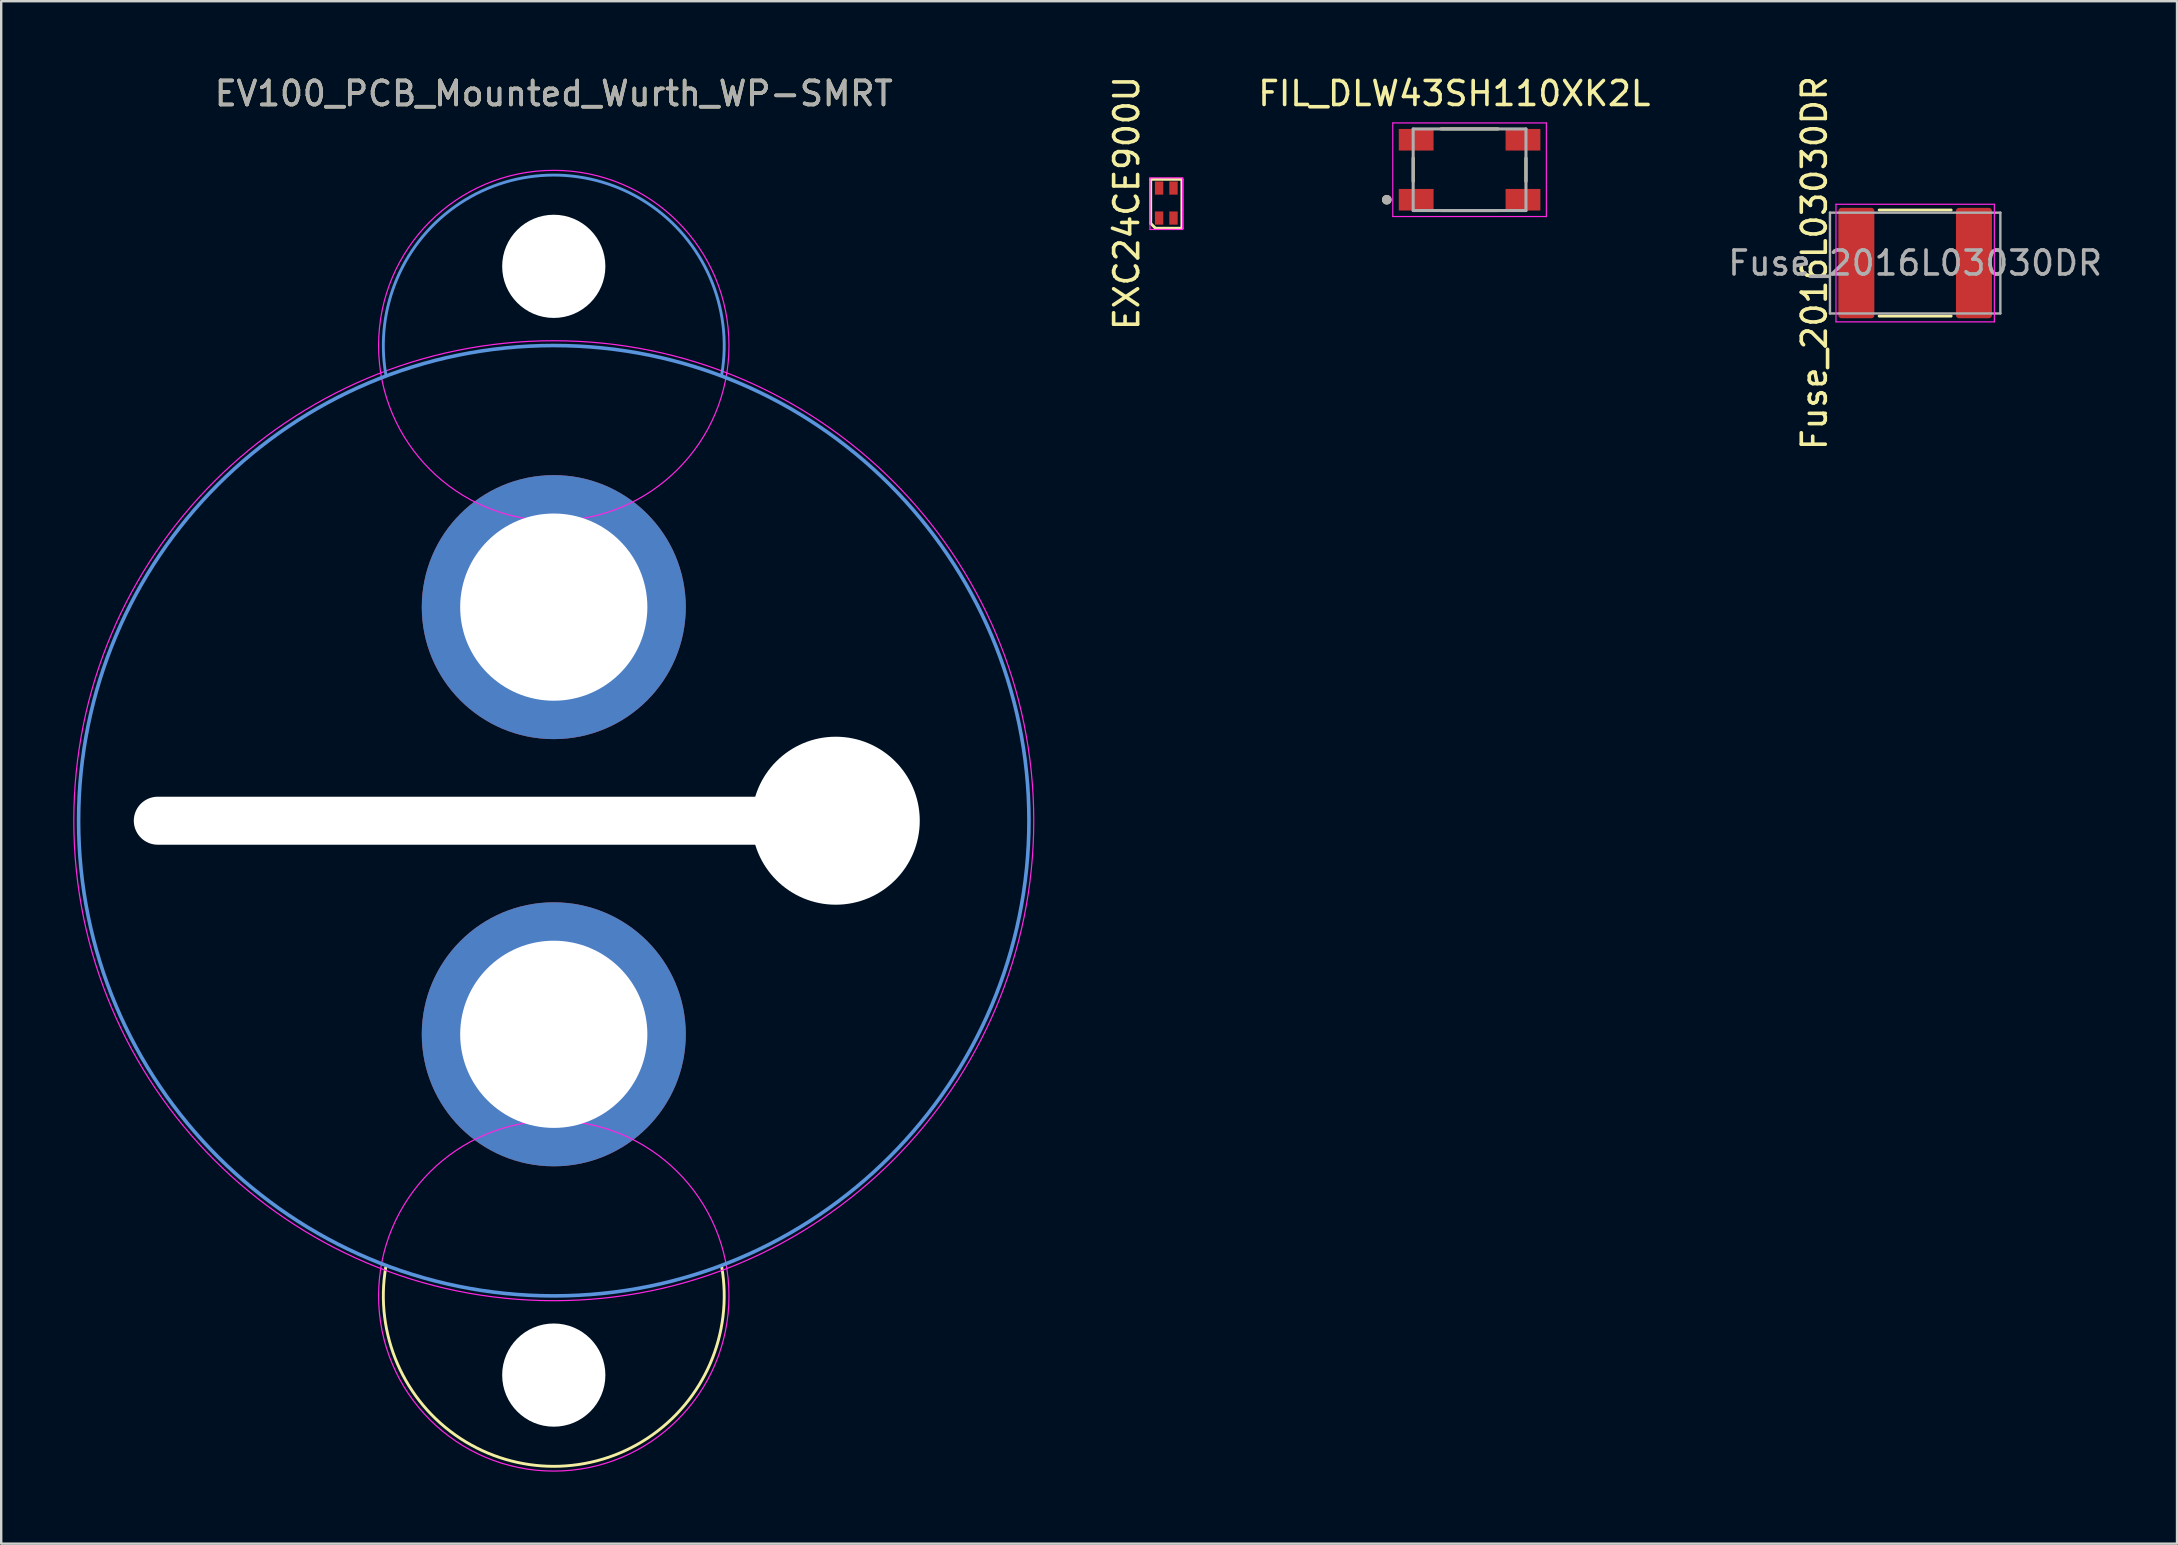
<source format=kicad_pcb>
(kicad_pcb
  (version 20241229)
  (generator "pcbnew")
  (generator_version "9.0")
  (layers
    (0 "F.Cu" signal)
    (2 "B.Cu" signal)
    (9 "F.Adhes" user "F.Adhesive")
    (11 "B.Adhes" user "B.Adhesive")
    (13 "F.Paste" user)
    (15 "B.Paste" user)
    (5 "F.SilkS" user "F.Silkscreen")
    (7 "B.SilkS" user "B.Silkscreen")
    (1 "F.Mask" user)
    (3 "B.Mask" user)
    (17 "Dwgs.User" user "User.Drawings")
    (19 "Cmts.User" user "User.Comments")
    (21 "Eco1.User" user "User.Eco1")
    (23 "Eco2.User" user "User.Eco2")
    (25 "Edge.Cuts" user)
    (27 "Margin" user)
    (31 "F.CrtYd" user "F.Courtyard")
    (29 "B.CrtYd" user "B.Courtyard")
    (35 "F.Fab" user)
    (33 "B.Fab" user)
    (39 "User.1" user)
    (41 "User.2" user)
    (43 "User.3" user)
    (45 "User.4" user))
  (footprint "FIL_DLW43SH110XK2L"
    (layer "F.Cu")
    (at 58.185 4.023)
    (property "Reference" "FIL_DLW43SH110XK2L" (at -0.635 -3.175 0) (layer "F.SilkS") (effects (font (size 1 1) (thickness 0.15))))
    (attr through_hole)
    (fp_line (start -2.35 -0.486) (end -2.35 0.486) (stroke (width 0.127) (type solid)) (layer "F.SilkS"))
    (fp_line (start -1.187 1.7) (end 1.187 1.7) (stroke (width 0.127) (type solid)) (layer "F.SilkS"))
    (fp_line (start 1.187 -1.7) (end -1.187 -1.7) (stroke (width 0.127) (type solid)) (layer "F.SilkS"))
    (fp_line (start 2.35 0.486) (end 2.35 -0.486) (stroke (width 0.127) (type solid)) (layer "F.SilkS"))
    (fp_circle (center -3.45 1.25) (end -3.35 1.25) (stroke (width 0.2) (type solid)) (fill no) (layer "F.SilkS"))
    (fp_line (start -3.2 -1.95) (end 3.2 -1.95) (stroke (width 0.05) (type solid)) (layer "F.CrtYd"))
    (fp_line (start -3.2 1.95) (end -3.2 -1.95) (stroke (width 0.05) (type solid)) (layer "F.CrtYd"))
    (fp_line (start 3.2 -1.95) (end 3.2 1.95) (stroke (width 0.05) (type solid)) (layer "F.CrtYd"))
    (fp_line (start 3.2 1.95) (end -3.2 1.95) (stroke (width 0.05) (type solid)) (layer "F.CrtYd"))
    (fp_line (start -2.35 -1.7) (end -2.35 1.7) (stroke (width 0.127) (type solid)) (layer "F.Fab"))
    (fp_line (start -2.35 1.7) (end 2.35 1.7) (stroke (width 0.127) (type solid)) (layer "F.Fab"))
    (fp_line (start 2.35 -1.7) (end -2.35 -1.7) (stroke (width 0.127) (type solid)) (layer "F.Fab"))
    (fp_line (start 2.35 1.7) (end 2.35 -1.7) (stroke (width 0.127) (type solid)) (layer "F.Fab"))
    (fp_circle (center -3.45 1.25) (end -3.35 1.25) (stroke (width 0.2) (type solid)) (fill no) (layer "F.Fab"))
    (pad "1" smd rect (at -2.225 1.25) (size 1.45 0.9) (layers "F.Cu" "F.Mask" "F.Paste"))
    (pad "2" smd rect (at 2.225 1.25) (size 1.45 0.9) (layers "F.Cu" "F.Mask" "F.Paste"))
    (pad "3" smd rect (at 2.225 -1.25) (size 1.45 0.9) (layers "F.Cu" "F.Mask" "F.Paste"))
    (pad "4" smd rect (at -2.225 -1.25) (size 1.45 0.9) (layers "F.Cu" "F.Mask" "F.Paste")))
  (footprint "Fuse_2016L03030DR"
    (layer "F.Cu")
    (at 76.752 7.911)
    (property "Reference" "Fuse_2016L03030DR" (at -4.2 0 270) (layer "F.SilkS") (effects (font (size 1 1) (thickness 0.15))))
    (attr smd)
    (fp_line (start -1.5 -2.21) (end 1.5 -2.21) (stroke (width 0.12) (type solid)) (layer "F.SilkS"))
    (fp_line (start -1.5 2.21) (end 1.5 2.21) (stroke (width 0.12) (type solid)) (layer "F.SilkS"))
    (fp_line (start -3.3 -2.45) (end 3.3 -2.45) (stroke (width 0.05) (type solid)) (layer "F.CrtYd"))
    (fp_line (start -3.3 2.45) (end -3.3 -2.45) (stroke (width 0.05) (type solid)) (layer "F.CrtYd"))
    (fp_line (start 3.3 -2.45) (end 3.3 2.45) (stroke (width 0.05) (type solid)) (layer "F.CrtYd"))
    (fp_line (start 3.3 2.45) (end -3.3 2.45) (stroke (width 0.05) (type solid)) (layer "F.CrtYd"))
    (fp_line (start -3.55 -2.1) (end 3.55 -2.1) (stroke (width 0.1) (type solid)) (layer "F.Fab"))
    (fp_line (start -3.55 2.1) (end -3.55 -2.1) (stroke (width 0.1) (type solid)) (layer "F.Fab"))
    (fp_line (start 3.55 -2.1) (end 3.55 2.1) (stroke (width 0.1) (type solid)) (layer "F.Fab"))
    (fp_line (start 3.55 2.1) (end -3.55 2.1) (stroke (width 0.1) (type solid)) (layer "F.Fab"))
    (fp_text user "${REFERENCE}" (at 0 0 180) (layer "F.Fab") (effects (font (size 1 1) (thickness 0.15))))
    (pad "1" smd roundrect (at -2.45 0) (size 1.5 4.6) (layers "F.Cu" "F.Mask" "F.Paste") (roundrect_rratio 0.083))
    (pad "2" smd roundrect (at 2.45 0) (size 1.5 4.6) (layers "F.Cu" "F.Mask" "F.Paste") (roundrect_rratio 0.083)))
  (footprint "EV100_PCB_Mounted_Wurth_WP-SMRT"
    (layer "F.Cu")
    (at 20.025 31.148)
    (property "Reference" "EV100_PCB_Mounted_Wurth_WP-SMRT" (at 0 -30.3 0) (layer "F.SilkS") (effects (font (size 1 1) (thickness 0.15))))
    (attr exclude_from_pos_files exclude_from_bom)
    (fp_arc (start 6.996267 18.578429) (mid 0.010946 26.902103) (end -6.999999 18.600001) (stroke (width 0.12) (type solid)) (layer "F.SilkS"))
    (fp_arc (start -4.416555 -10.507495) (mid -2.695809 -12.750015) (end 0 -13.6) (stroke (width 1.4) (type solid)) (layer "F.Paste"))
    (fp_arc (start -4.416555 7.292505) (mid -2.695809 5.049985) (end 0 4.2) (stroke (width 1.4) (type solid)) (layer "F.Paste"))
    (fp_arc (start -1.607495 -4.483445) (mid -3.850015 -6.204191) (end -4.7 -8.9) (stroke (width 1.4) (type solid)) (layer "F.Paste"))
    (fp_arc (start -1.607495 13.316555) (mid -3.850015 11.595809) (end -4.7 8.9) (stroke (width 1.4) (type solid)) (layer "F.Paste"))
    (fp_arc (start 1.607495 -13.316555) (mid 3.850015 -11.595809) (end 4.7 -8.9) (stroke (width 1.4) (type solid)) (layer "F.Paste"))
    (fp_arc (start 1.607495 4.483445) (mid 3.850015 6.204191) (end 4.7 8.9) (stroke (width 1.4) (type solid)) (layer "F.Paste"))
    (fp_arc (start 4.416555 -7.292505) (mid 2.695809 -5.049985) (end 0 -4.2) (stroke (width 1.4) (type solid)) (layer "F.Paste"))
    (fp_arc (start 4.416555 10.507495) (mid 2.695809 12.750015) (end 0 13.6) (stroke (width 1.4) (type solid)) (layer "F.Paste"))
    (fp_arc (start -6.994807 -18.570097) (mid -0.015176 -26.902095) (end 6.999999 -18.600001) (stroke (width 0.12) (type solid)) (layer "Cmts.User"))
    (fp_circle (center 0 0) (end 19.8 0) (stroke (width 0.15) (type solid)) (fill no) (layer "Cmts.User"))
    (fp_circle (center 0 -19.8) (end 7.3 -19.8) (stroke (width 0.05) (type solid)) (fill no) (layer "F.CrtYd"))
    (fp_circle (center 0 0) (end 20 0) (stroke (width 0.05) (type solid)) (fill no) (layer "F.CrtYd"))
    (fp_circle (center 0 19.8) (end 7.3 19.8) (stroke (width 0.05) (type solid)) (fill no) (layer "F.CrtYd"))
    (fp_text user "${REFERENCE}" (at 0 -30.3 0) (layer "F.Fab") (effects (font (size 1 1) (thickness 0.15))))
    (pad "" np_thru_hole oval (at -2.5 0) (size 30 2) (drill oval 30 2) (layers "*.Cu" "*.Mask"))
    (pad "" np_thru_hole circle (at 0 -23.1) (size 4.3 4.3) (drill 4.3) (layers "*.Cu" "*.Mask"))
    (pad "" np_thru_hole circle (at 0 23.1) (size 4.3 4.3) (drill 4.3) (layers "*.Cu" "*.Mask"))
    (pad "" np_thru_hole circle (at 11.75 0) (size 7 7) (drill 7) (layers "*.Cu" "*.Mask"))
    (pad "1" thru_hole circle (at 0 8.9) (size 11 11) (drill 7.8) (layers "*.Cu" "*.Mask"))
    (pad "2" thru_hole circle (at 0 -8.9) (size 11 11) (drill 7.8) (layers "*.Cu" "*.Mask")))
  (footprint "EXC24CE900U"
    (layer "F.Cu")
    (at 45.548 5.411)
    (property "Reference" "EXC24CE900U" (at -1.65 0 90) (layer "F.SilkS") (effects (font (size 1 1) (thickness 0.15))))
    (attr through_hole)
    (fp_line (start -0.65 -0.99) (end 0.65 -0.99) (stroke (width 0.12) (type solid)) (layer "F.SilkS"))
    (fp_line (start -0.65 0.85) (end -0.65 -0.99) (stroke (width 0.12) (type solid)) (layer "F.SilkS"))
    (fp_line (start -0.45 1.05) (end -0.65 0.85) (stroke (width 0.12) (type solid)) (layer "F.SilkS"))
    (fp_line (start 0.65 -0.99) (end 0.65 1.05) (stroke (width 0.12) (type solid)) (layer "F.SilkS"))
    (fp_line (start 0.65 1.05) (end -0.45 1.05) (stroke (width 0.12) (type solid)) (layer "F.SilkS"))
    (fp_line (start -0.68 -1.05) (end 0.68 -1.05) (stroke (width 0.05) (type solid)) (layer "F.CrtYd"))
    (fp_line (start -0.68 1.1) (end -0.68 -1.05) (stroke (width 0.05) (type solid)) (layer "F.CrtYd"))
    (fp_line (start 0.68 -1.05) (end 0.68 1.1) (stroke (width 0.05) (type solid)) (layer "F.CrtYd"))
    (fp_line (start 0.68 1.1) (end -0.68 1.1) (stroke (width 0.05) (type solid)) (layer "F.CrtYd"))
    (pad "1" smd rect (at -0.3 0.625) (size 0.35 0.55) (layers "F.Cu" "F.Mask" "F.Paste"))
    (pad "2" smd rect (at 0.3 0.625) (size 0.35 0.55) (layers "F.Cu" "F.Mask" "F.Paste"))
    (pad "3" smd rect (at 0.3 -0.625) (size 0.35 0.55) (layers "F.Cu" "F.Mask" "F.Paste"))
    (pad "4" smd rect (at -0.3 -0.625) (size 0.35 0.55) (layers "F.Cu" "F.Mask" "F.Paste")))
  (gr_rect
    (start -3 -3)
    (end 87.663 61.273)
    (stroke (width 0.1) (type default))
    (fill no)
    (layer "Edge.Cuts")))
</source>
